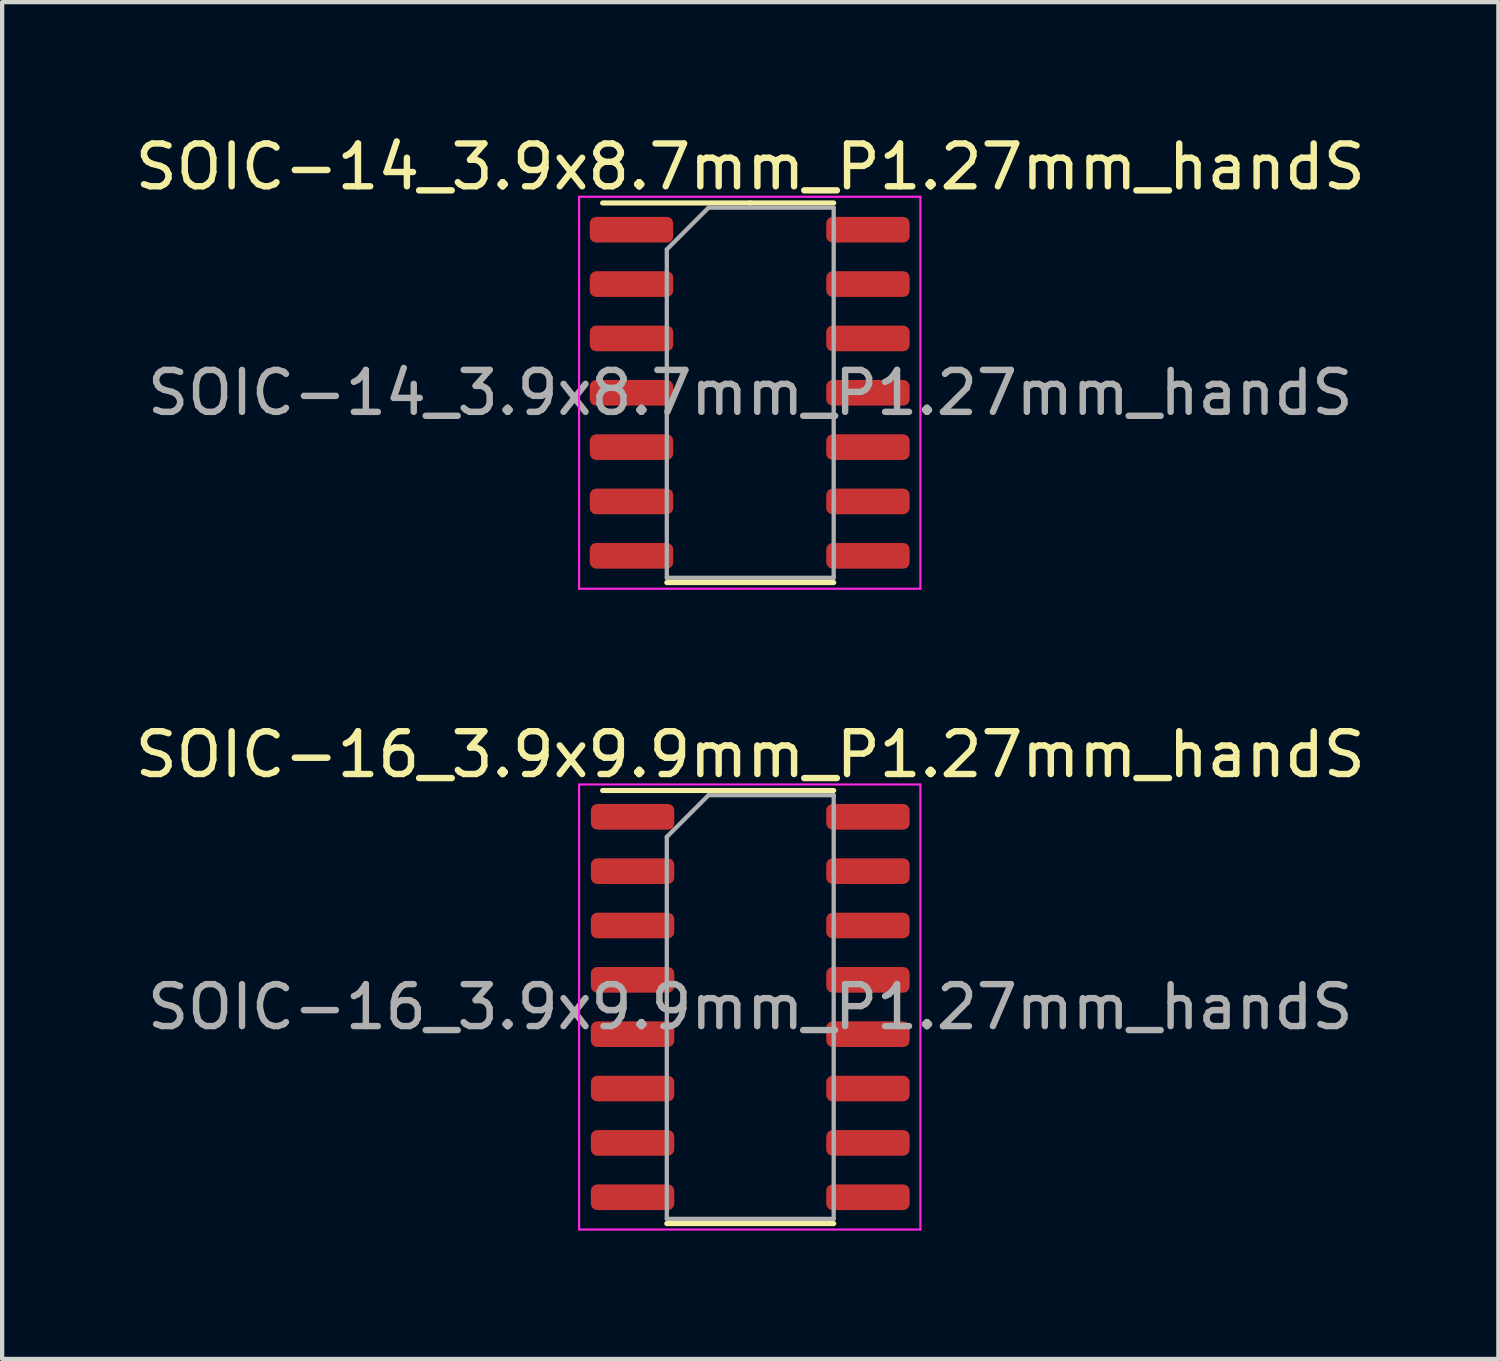
<source format=kicad_pcb>
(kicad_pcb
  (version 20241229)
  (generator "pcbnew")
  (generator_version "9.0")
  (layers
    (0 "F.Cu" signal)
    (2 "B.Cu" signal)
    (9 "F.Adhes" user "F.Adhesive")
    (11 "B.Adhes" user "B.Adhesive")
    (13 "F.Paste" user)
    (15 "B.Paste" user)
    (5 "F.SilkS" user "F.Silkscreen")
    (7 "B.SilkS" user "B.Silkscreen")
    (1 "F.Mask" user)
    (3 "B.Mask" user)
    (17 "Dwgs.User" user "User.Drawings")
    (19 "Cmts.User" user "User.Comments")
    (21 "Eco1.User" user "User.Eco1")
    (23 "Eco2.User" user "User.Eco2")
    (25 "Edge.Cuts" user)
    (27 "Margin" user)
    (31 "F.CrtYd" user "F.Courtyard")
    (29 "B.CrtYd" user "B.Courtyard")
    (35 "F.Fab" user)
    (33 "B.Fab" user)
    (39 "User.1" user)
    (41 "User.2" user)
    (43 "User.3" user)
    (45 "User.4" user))
  (footprint "SOIC-16_3.9x9.9mm_P1.27mm_handS"
    (layer "F.Cu")
    (at 14.482 20.482)
    (property "Reference" "SOIC-16_3.9x9.9mm_P1.27mm_handS" (at 0 -5.9 0) (layer "F.SilkS") (effects (font (size 1 1) (thickness 0.15))))
    (attr smd)
    (fp_line (start 0 -5.06) (end -3.45 -5.06) (stroke (width 0.12) (type solid)) (layer "F.SilkS"))
    (fp_line (start 0 -5.06) (end 1.95 -5.06) (stroke (width 0.12) (type solid)) (layer "F.SilkS"))
    (fp_line (start 0 5.06) (end -1.95 5.06) (stroke (width 0.12) (type solid)) (layer "F.SilkS"))
    (fp_line (start 0 5.06) (end 1.95 5.06) (stroke (width 0.12) (type solid)) (layer "F.SilkS"))
    (fp_line (start -4 -5.2) (end -4 5.2) (stroke (width 0.05) (type solid)) (layer "F.CrtYd"))
    (fp_line (start -4 5.2) (end 3.975 5.2) (stroke (width 0.05) (type solid)) (layer "F.CrtYd"))
    (fp_line (start 3.975 -5.2) (end -4 -5.2) (stroke (width 0.05) (type solid)) (layer "F.CrtYd"))
    (fp_line (start 3.975 5.2) (end 3.975 -5.2) (stroke (width 0.05) (type solid)) (layer "F.CrtYd"))
    (fp_line (start -1.95 -3.975) (end -0.975 -4.95) (stroke (width 0.1) (type solid)) (layer "F.Fab"))
    (fp_line (start -1.95 4.95) (end -1.95 -3.975) (stroke (width 0.1) (type solid)) (layer "F.Fab"))
    (fp_line (start -0.975 -4.95) (end 1.95 -4.95) (stroke (width 0.1) (type solid)) (layer "F.Fab"))
    (fp_line (start 1.95 -4.95) (end 1.95 4.95) (stroke (width 0.1) (type solid)) (layer "F.Fab"))
    (fp_line (start 1.95 4.95) (end -1.95 4.95) (stroke (width 0.1) (type solid)) (layer "F.Fab"))
    (fp_text user "${REFERENCE}" (at 0 0 0) (layer "F.Fab") (effects (font (size 0.98 0.98) (thickness 0.15))))
    (pad "1" smd roundrect (at -2.75 -4.445) (size 1.95 0.6) (layers "F.Cu" "F.Mask" "F.Paste") (roundrect_rratio 0.25))
    (pad "2" smd roundrect (at -2.75 -3.175) (size 1.95 0.6) (layers "F.Cu" "F.Mask" "F.Paste") (roundrect_rratio 0.25))
    (pad "3" smd roundrect (at -2.75 -1.905) (size 1.95 0.6) (layers "F.Cu" "F.Mask" "F.Paste") (roundrect_rratio 0.25))
    (pad "4" smd roundrect (at -2.75 -0.635) (size 1.95 0.6) (layers "F.Cu" "F.Mask" "F.Paste") (roundrect_rratio 0.25))
    (pad "5" smd roundrect (at -2.75 0.635) (size 1.95 0.6) (layers "F.Cu" "F.Mask" "F.Paste") (roundrect_rratio 0.25))
    (pad "6" smd roundrect (at -2.75 1.905) (size 1.95 0.6) (layers "F.Cu" "F.Mask" "F.Paste") (roundrect_rratio 0.25))
    (pad "7" smd roundrect (at -2.75 3.175) (size 1.95 0.6) (layers "F.Cu" "F.Mask" "F.Paste") (roundrect_rratio 0.25))
    (pad "8" smd roundrect (at -2.75 4.445) (size 1.95 0.6) (layers "F.Cu" "F.Mask" "F.Paste") (roundrect_rratio 0.25))
    (pad "9" smd roundrect (at 2.75 4.445) (size 1.95 0.6) (layers "F.Cu" "F.Mask" "F.Paste") (roundrect_rratio 0.25))
    (pad "10" smd roundrect (at 2.75 3.175) (size 1.95 0.6) (layers "F.Cu" "F.Mask" "F.Paste") (roundrect_rratio 0.25))
    (pad "11" smd roundrect (at 2.75 1.905) (size 1.95 0.6) (layers "F.Cu" "F.Mask" "F.Paste") (roundrect_rratio 0.25))
    (pad "12" smd roundrect (at 2.75 0.635) (size 1.95 0.6) (layers "F.Cu" "F.Mask" "F.Paste") (roundrect_rratio 0.25))
    (pad "13" smd roundrect (at 2.75 -0.635) (size 1.95 0.6) (layers "F.Cu" "F.Mask" "F.Paste") (roundrect_rratio 0.25))
    (pad "14" smd roundrect (at 2.75 -1.905) (size 1.95 0.6) (layers "F.Cu" "F.Mask" "F.Paste") (roundrect_rratio 0.25))
    (pad "15" smd roundrect (at 2.75 -3.175) (size 1.95 0.6) (layers "F.Cu" "F.Mask" "F.Paste") (roundrect_rratio 0.25))
    (pad "16" smd roundrect (at 2.75 -4.445) (size 1.95 0.6) (layers "F.Cu" "F.Mask" "F.Paste") (roundrect_rratio 0.25)))
  (footprint "SOIC-14_3.9x8.7mm_P1.27mm_handS"
    (layer "F.Cu")
    (at 14.482 6.128)
    (property "Reference" "SOIC-14_3.9x8.7mm_P1.27mm_handS" (at 0 -5.28 0) (layer "F.SilkS") (effects (font (size 1 1) (thickness 0.15))))
    (attr smd)
    (fp_line (start 0 -4.435) (end -3.45 -4.435) (stroke (width 0.12) (type solid)) (layer "F.SilkS"))
    (fp_line (start 0 -4.435) (end 1.95 -4.435) (stroke (width 0.12) (type solid)) (layer "F.SilkS"))
    (fp_line (start 0 4.435) (end -1.95 4.435) (stroke (width 0.12) (type solid)) (layer "F.SilkS"))
    (fp_line (start 0 4.435) (end 1.95 4.435) (stroke (width 0.12) (type solid)) (layer "F.SilkS"))
    (fp_line (start -4 -4.58) (end -4 4.58) (stroke (width 0.05) (type solid)) (layer "F.CrtYd"))
    (fp_line (start -4 4.58) (end 3.975 4.58) (stroke (width 0.05) (type solid)) (layer "F.CrtYd"))
    (fp_line (start 3.975 -4.58) (end -4 -4.58) (stroke (width 0.05) (type solid)) (layer "F.CrtYd"))
    (fp_line (start 3.975 4.58) (end 3.975 -4.58) (stroke (width 0.05) (type solid)) (layer "F.CrtYd"))
    (fp_line (start -1.95 -3.35) (end -0.975 -4.325) (stroke (width 0.1) (type solid)) (layer "F.Fab"))
    (fp_line (start -1.95 4.325) (end -1.95 -3.35) (stroke (width 0.1) (type solid)) (layer "F.Fab"))
    (fp_line (start -0.975 -4.325) (end 1.95 -4.325) (stroke (width 0.1) (type solid)) (layer "F.Fab"))
    (fp_line (start 1.95 -4.325) (end 1.95 4.325) (stroke (width 0.1) (type solid)) (layer "F.Fab"))
    (fp_line (start 1.95 4.325) (end -1.95 4.325) (stroke (width 0.1) (type solid)) (layer "F.Fab"))
    (fp_text user "${REFERENCE}" (at 0 0 0) (layer "F.Fab") (effects (font (size 0.98 0.98) (thickness 0.15))))
    (pad "1" smd roundrect (at -2.775 -3.81) (size 1.95 0.6) (layers "F.Cu" "F.Mask" "F.Paste") (roundrect_rratio 0.25))
    (pad "2" smd roundrect (at -2.775 -2.54) (size 1.95 0.6) (layers "F.Cu" "F.Mask" "F.Paste") (roundrect_rratio 0.25))
    (pad "3" smd roundrect (at -2.775 -1.27) (size 1.95 0.6) (layers "F.Cu" "F.Mask" "F.Paste") (roundrect_rratio 0.25))
    (pad "4" smd roundrect (at -2.775 0) (size 1.95 0.6) (layers "F.Cu" "F.Mask" "F.Paste") (roundrect_rratio 0.25))
    (pad "5" smd roundrect (at -2.775 1.27) (size 1.95 0.6) (layers "F.Cu" "F.Mask" "F.Paste") (roundrect_rratio 0.25))
    (pad "6" smd roundrect (at -2.775 2.54) (size 1.95 0.6) (layers "F.Cu" "F.Mask" "F.Paste") (roundrect_rratio 0.25))
    (pad "7" smd roundrect (at -2.775 3.81) (size 1.95 0.6) (layers "F.Cu" "F.Mask" "F.Paste") (roundrect_rratio 0.25))
    (pad "8" smd roundrect (at 2.75 3.81) (size 1.95 0.6) (layers "F.Cu" "F.Mask" "F.Paste") (roundrect_rratio 0.25))
    (pad "9" smd roundrect (at 2.75 2.54) (size 1.95 0.6) (layers "F.Cu" "F.Mask" "F.Paste") (roundrect_rratio 0.25))
    (pad "10" smd roundrect (at 2.75 1.27) (size 1.95 0.6) (layers "F.Cu" "F.Mask" "F.Paste") (roundrect_rratio 0.25))
    (pad "11" smd roundrect (at 2.75 0) (size 1.95 0.6) (layers "F.Cu" "F.Mask" "F.Paste") (roundrect_rratio 0.25))
    (pad "12" smd roundrect (at 2.75 -1.27) (size 1.95 0.6) (layers "F.Cu" "F.Mask" "F.Paste") (roundrect_rratio 0.25))
    (pad "13" smd roundrect (at 2.75 -2.54) (size 1.95 0.6) (layers "F.Cu" "F.Mask" "F.Paste") (roundrect_rratio 0.25))
    (pad "14" smd roundrect (at 2.75 -3.81) (size 1.95 0.6) (layers "F.Cu" "F.Mask" "F.Paste") (roundrect_rratio 0.25)))
  (gr_rect
    (start -3 -3)
    (end 31.964 28.706)
    (stroke (width 0.1) (type default))
    (fill no)
    (layer "Edge.Cuts")))
</source>
